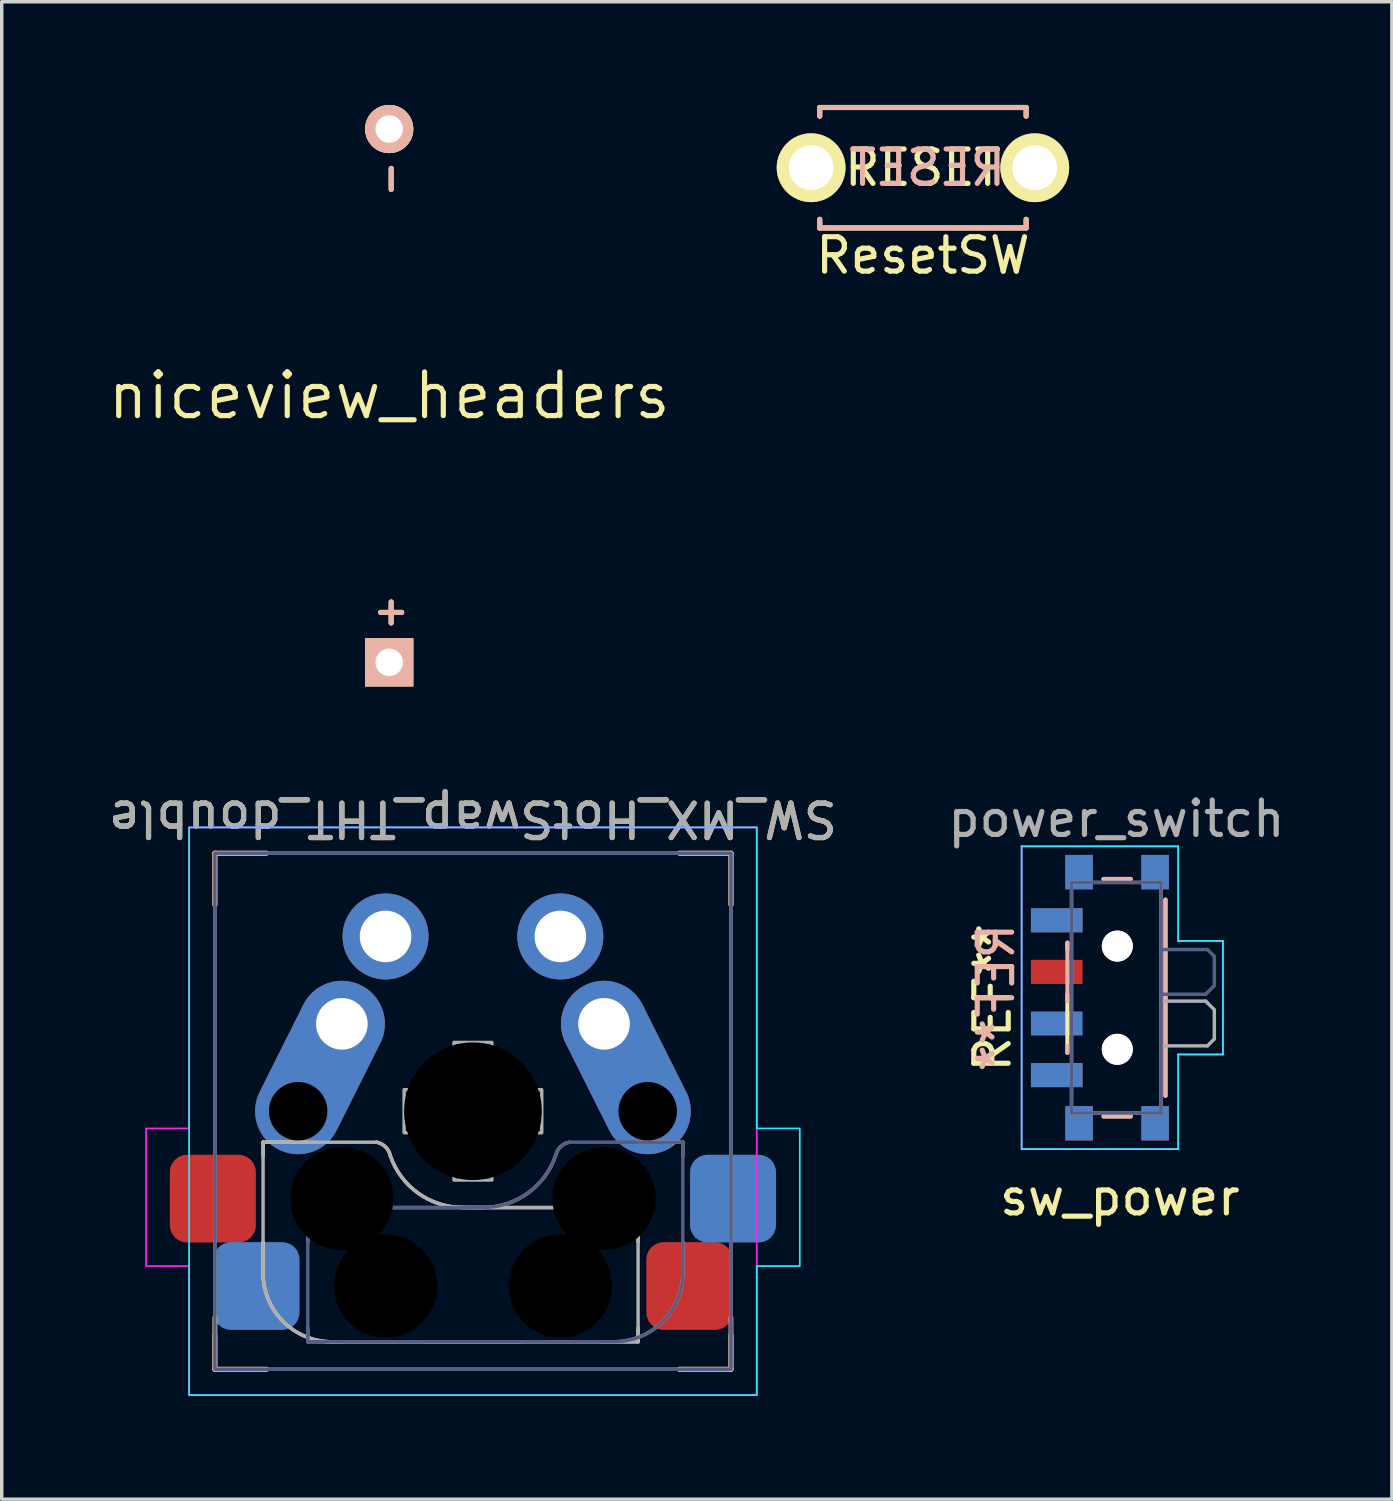
<source format=kicad_pcb>
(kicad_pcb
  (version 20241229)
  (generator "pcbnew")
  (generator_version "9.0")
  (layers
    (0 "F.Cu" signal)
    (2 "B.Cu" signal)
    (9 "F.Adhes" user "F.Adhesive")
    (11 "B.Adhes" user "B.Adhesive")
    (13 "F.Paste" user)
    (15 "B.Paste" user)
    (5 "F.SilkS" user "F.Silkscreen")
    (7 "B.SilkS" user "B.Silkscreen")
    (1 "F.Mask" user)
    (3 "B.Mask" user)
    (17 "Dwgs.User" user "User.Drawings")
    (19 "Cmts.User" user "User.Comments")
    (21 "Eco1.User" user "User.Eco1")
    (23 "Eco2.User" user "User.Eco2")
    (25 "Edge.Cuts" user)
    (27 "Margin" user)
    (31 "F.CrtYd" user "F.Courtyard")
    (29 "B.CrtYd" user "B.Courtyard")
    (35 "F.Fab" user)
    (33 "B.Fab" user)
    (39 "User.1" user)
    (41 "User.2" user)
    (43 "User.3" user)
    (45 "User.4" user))
  (footprint "niceview_headers"
    (layer "F.Cu")
    (at 8.262 8.45)
    (property "Reference" "niceview_headers" (at 0 0 0) (layer "F.SilkS") (effects (font (size 1.27 1.27) (thickness 0.15))))
    (attr through_hole)
    (fp_text user "-" (at 0 -6.3 90) (layer "F.SilkS") (effects (font (size 0.8 0.8) (thickness 0.15))))
    (fp_text user "+" (at 0 6.3 90) (layer "F.SilkS") (effects (font (size 0.8 0.8) (thickness 0.15))))
    (fp_text user "+" (at 0 6.3 90) (layer "B.SilkS") (effects (font (size 0.8 0.8) (thickness 0.15))))
    (fp_text user "-" (at 0 -6.3 90) (layer "B.SilkS") (effects (font (size 0.8 0.8) (thickness 0.15))))
    (pad "1" thru_hole rect (at 0 7.75 180) (size 1.4 1.4) (drill 0.8) (layers "*.Cu" "*.SilkS" "*.Mask"))
    (pad "2" thru_hole circle (at 0 -7.75 180) (size 1.4 1.4) (drill 0.8) (layers "*.Cu" "*.SilkS" "*.Mask")))
  (footprint "SW_MX_HotSwap_THT_double"
    (layer "F.Cu")
    (at 10.696 29.248)
    (property "Reference" "SW_MX_HotSwap_THT_double" (at 0 -8.5 180) (unlocked yes) (layer "F.SilkS") (effects (font (size 1 1) (thickness 0.15))))
    (fp_line (start -7.5 -7.5) (end -7.5 -6) (stroke (width 0.14) (type solid)) (layer "F.SilkS"))
    (fp_line (start -7.5 -7.5) (end -6 -7.5) (stroke (width 0.14) (type solid)) (layer "F.SilkS"))
    (fp_line (start -7.5 7.5) (end -7.5 6) (stroke (width 0.14) (type solid)) (layer "F.SilkS"))
    (fp_line (start -7.5 7.5) (end -6 7.5) (stroke (width 0.14) (type solid)) (layer "F.SilkS"))
    (fp_line (start -6.1 0.9) (end -6.1 1.3) (stroke (width 0.1) (type default)) (layer "F.SilkS"))
    (fp_line (start -6.1 0.9) (end -4.8 0.9) (stroke (width 0.1) (type default)) (layer "F.SilkS"))
    (fp_line (start -6.1 3.8) (end -6.1 4.7) (stroke (width 0.1) (type default)) (layer "F.SilkS"))
    (fp_line (start -4.1 6.7) (end 1.4 6.7) (stroke (width 0.1) (type default)) (layer "F.SilkS"))
    (fp_line (start 3.7 6.7) (end 4.8 6.7) (stroke (width 0.1) (type default)) (layer "F.SilkS"))
    (fp_line (start 4.3 2.8) (end 0.2 2.8) (stroke (width 0.1) (type default)) (layer "F.SilkS"))
    (fp_line (start 4.8 3.8) (end 4.8 3.3) (stroke (width 0.1) (type default)) (layer "F.SilkS"))
    (fp_line (start 4.8 6.7) (end 4.8 6.3) (stroke (width 0.1) (type default)) (layer "F.SilkS"))
    (fp_line (start 7.5 -7.5) (end 6 -7.5) (stroke (width 0.14) (type solid)) (layer "F.SilkS"))
    (fp_line (start 7.5 -7.5) (end 7.5 -6) (stroke (width 0.14) (type solid)) (layer "F.SilkS"))
    (fp_line (start 7.5 7.5) (end 6 7.5) (stroke (width 0.14) (type solid)) (layer "F.SilkS"))
    (fp_line (start 7.5 7.5) (end 7.5 6.5) (stroke (width 0.14) (type solid)) (layer "F.SilkS"))
    (fp_arc (start -4.1 6.7) (mid -5.514214 6.114214) (end -6.1 4.7) (stroke (width 0.1) (type default)) (layer "F.SilkS"))
    (fp_arc (start -2.8 0.900001) (mid -2.541271 1.037629) (end -2.401036 1.294955) (stroke (width 0.1) (type default)) (layer "F.SilkS"))
    (fp_arc (start -0.300049 2.796514) (mid -1.589672 2.383609) (end -2.399704 1.298499) (stroke (width 0.1) (type default)) (layer "F.SilkS"))
    (fp_arc (start 0.2 2.8) (mid -0.050035 2.79971) (end -0.300049 2.796514) (stroke (width 0.1) (type default)) (layer "F.SilkS"))
    (fp_arc (start 4.3 2.8) (mid 4.653553 2.946447) (end 4.8 3.3) (stroke (width 0.1) (type default)) (layer "F.SilkS"))
    (fp_line (start -7.5 -7.5) (end -7.5 -6) (stroke (width 0.14) (type solid)) (layer "B.SilkS"))
    (fp_line (start -7.5 -7.5) (end -6 -7.5) (stroke (width 0.14) (type solid)) (layer "B.SilkS"))
    (fp_line (start -7.5 7.5) (end -7.5 6.5) (stroke (width 0.14) (type solid)) (layer "B.SilkS"))
    (fp_line (start -7.5 7.5) (end -6 7.5) (stroke (width 0.14) (type solid)) (layer "B.SilkS"))
    (fp_line (start -4.8 3.8) (end -4.8 3.3) (stroke (width 0.1) (type default)) (layer "B.SilkS"))
    (fp_line (start -4.8 6.7) (end -4.8 6.3) (stroke (width 0.1) (type default)) (layer "B.SilkS"))
    (fp_line (start -4.3 2.8) (end -0.2 2.8) (stroke (width 0.1) (type default)) (layer "B.SilkS"))
    (fp_line (start -3.7 6.7) (end -4.8 6.7) (stroke (width 0.1) (type default)) (layer "B.SilkS"))
    (fp_line (start 4.1 6.7) (end -1.4 6.7) (stroke (width 0.1) (type default)) (layer "B.SilkS"))
    (fp_line (start 6.1 0.9) (end 4.8 0.9) (stroke (width 0.1) (type default)) (layer "B.SilkS"))
    (fp_line (start 6.1 0.9) (end 6.1 1.3) (stroke (width 0.1) (type default)) (layer "B.SilkS"))
    (fp_line (start 6.1 3.8) (end 6.1 4.7) (stroke (width 0.1) (type default)) (layer "B.SilkS"))
    (fp_line (start 7.5 -7.5) (end 6 -7.5) (stroke (width 0.14) (type solid)) (layer "B.SilkS"))
    (fp_line (start 7.5 -7.5) (end 7.5 -6) (stroke (width 0.14) (type solid)) (layer "B.SilkS"))
    (fp_line (start 7.5 7.5) (end 6 7.5) (stroke (width 0.14) (type solid)) (layer "B.SilkS"))
    (fp_line (start 7.5 7.5) (end 7.5 6) (stroke (width 0.14) (type solid)) (layer "B.SilkS"))
    (fp_arc (start -4.8 3.3) (mid -4.653553 2.946447) (end -4.3 2.8) (stroke (width 0.1) (type default)) (layer "B.SilkS"))
    (fp_arc (start 0.300049 2.796514) (mid 0.050035 2.79971) (end -0.2 2.8) (stroke (width 0.1) (type default)) (layer "B.SilkS"))
    (fp_arc (start 2.399704 1.298499) (mid 1.589672 2.38361) (end 0.300049 2.796514) (stroke (width 0.1) (type default)) (layer "B.SilkS"))
    (fp_arc (start 2.401036 1.294955) (mid 2.541271 1.037629) (end 2.8 0.900001) (stroke (width 0.1) (type default)) (layer "B.SilkS"))
    (fp_arc (start 6.1 4.7) (mid 5.514214 6.114214) (end 4.1 6.7) (stroke (width 0.1) (type default)) (layer "B.SilkS"))
    (fp_poly (pts (xy 8.25 0.5) (xy 9.5 0.5) (xy 9.5 4.5) (xy 8.25 4.5) (xy 8.25 8.25) (xy -8.25 8.25) (xy -8.25 -8.25) (xy 8.25 -8.25)) (stroke (width 0.05) (type solid)) (fill no) (layer "B.CrtYd"))
    (fp_poly (pts (xy -8.25 0.5) (xy -9.5 0.5) (xy -9.5 4.5) (xy -8.25 4.5) (xy -8.25 8.25) (xy 8.25 8.25) (xy 8.25 -8.25) (xy -8.25 -8.25)) (stroke (width 0.05) (type solid)) (fill no) (layer "F.CrtYd"))
    (fp_line (start -4.8 6.7) (end -4.8 3.3) (stroke (width 0.1) (type default)) (layer "B.Fab"))
    (fp_line (start -4.3 2.8) (end -0.2 2.8) (stroke (width 0.1) (type default)) (layer "B.Fab"))
    (fp_line (start 4.1 6.7) (end -4.8 6.7) (stroke (width 0.1) (type default)) (layer "B.Fab"))
    (fp_line (start 6.1 0.9) (end 2.8 0.9) (stroke (width 0.1) (type default)) (layer "B.Fab"))
    (fp_line (start 6.1 0.9) (end 6.1 4.7) (stroke (width 0.1) (type default)) (layer "B.Fab"))
    (fp_rect (start 7.5 -7.5) (end -7.5 7.5) (stroke (width 0.1) (type solid)) (fill no) (layer "B.Fab"))
    (fp_arc (start -4.8 3.3) (mid -4.653553 2.946447) (end -4.3 2.8) (stroke (width 0.1) (type default)) (layer "B.Fab"))
    (fp_arc (start 0.300049 2.796514) (mid 0.050035 2.79971) (end -0.2 2.8) (stroke (width 0.1) (type default)) (layer "B.Fab"))
    (fp_arc (start 2.399704 1.298499) (mid 1.589672 2.38361) (end 0.300049 2.796514) (stroke (width 0.1) (type default)) (layer "B.Fab"))
    (fp_arc (start 2.401036 1.294955) (mid 2.541271 1.037629) (end 2.8 0.900001) (stroke (width 0.1) (type default)) (layer "B.Fab"))
    (fp_arc (start 6.1 4.7) (mid 5.514214 6.114214) (end 4.1 6.7) (stroke (width 0.1) (type default)) (layer "B.Fab"))
    (fp_line (start -6.1 0.9) (end -6.1 4.7) (stroke (width 0.1) (type default)) (layer "F.Fab"))
    (fp_line (start -6.1 0.9) (end -2.8 0.9) (stroke (width 0.1) (type default)) (layer "F.Fab"))
    (fp_line (start -4.1 6.7) (end 4.8 6.7) (stroke (width 0.1) (type default)) (layer "F.Fab"))
    (fp_line (start 4.3 2.8) (end 0.2 2.8) (stroke (width 0.1) (type default)) (layer "F.Fab"))
    (fp_line (start 4.8 6.7) (end 4.8 3.3) (stroke (width 0.1) (type default)) (layer "F.Fab"))
    (fp_rect (start -7.5 -7.5) (end 7.5 7.5) (stroke (width 0.1) (type solid)) (fill no) (layer "F.Fab"))
    (fp_arc (start -4.1 6.7) (mid -5.514214 6.114214) (end -6.1 4.7) (stroke (width 0.1) (type default)) (layer "F.Fab"))
    (fp_arc (start -2.8 0.900001) (mid -2.541271 1.037629) (end -2.401036 1.294955) (stroke (width 0.1) (type default)) (layer "F.Fab"))
    (fp_arc (start -0.300049 2.796514) (mid -1.589672 2.38361) (end -2.399704 1.298499) (stroke (width 0.1) (type default)) (layer "F.Fab"))
    (fp_arc (start 0.2 2.8) (mid -0.050035 2.79971) (end -0.300049 2.796514) (stroke (width 0.1) (type default)) (layer "F.Fab"))
    (fp_arc (start 4.3 2.8) (mid 4.653553 2.946447) (end 4.8 3.3) (stroke (width 0.1) (type default)) (layer "F.Fab"))
    (fp_poly (pts (xy -2 -0.625) (xy -0.55 -0.625) (xy -0.55 -2) (xy 0.55 -2) (xy 0.55 -0.625) (xy 2 -0.625) (xy 2 0.625) (xy 0.55 0.625) (xy 0.55 2) (xy -0.55 2) (xy -0.55 0.625) (xy -2 0.625)) (stroke (width 0.1) (type solid)) (fill no) (layer "F.Fab"))
    (fp_text user "${REFERENCE}" (at 0 -8.5 180) (unlocked yes) (layer "F.Fab") (effects (font (size 1 1) (thickness 0.15))))
    (pad "" np_thru_hole circle (at -5.08 0 180) (size 1.7 1.7) (drill 1.7) (layers "*.Mask"))
    (pad "" np_thru_hole circle (at -3.81 2.54 180) (size 3 3) (drill 3) (layers "*.Mask"))
    (pad "" np_thru_hole circle (at -2.54 5.08 180) (size 3 3) (drill 3) (layers "*.Mask"))
    (pad "" np_thru_hole circle (at 0 0 180) (size 4 4) (drill 4) (layers "*.Mask"))
    (pad "" np_thru_hole circle (at 2.54 5.08 180) (size 3 3) (drill 3) (layers "*.Mask"))
    (pad "" np_thru_hole circle (at 3.81 2.54 180) (size 3 3) (drill 3) (layers "*.Mask"))
    (pad "" np_thru_hole circle (at 5.08 0 180) (size 1.7 1.7) (drill 1.7) (layers "*.Mask"))
    (pad "1" smd roundrect (at -7.56 2.54 180) (size 2.5 2.55) (layers "F.Cu" "F.Mask" "F.Paste") (roundrect_rratio 0.2))
    (pad "1" smd roundrect (at -6.29 5.08 180) (size 2.5 2.55) (layers "B.Cu" "B.Mask" "B.Paste") (roundrect_rratio 0.2))
    (pad "1" thru_hole oval (at -3.81 -2.54 243.4) (size 5.34 2.5) (drill 1.5 (offset 1.419 0)) (layers "*.Cu" "*.Mask"))
    (pad "1" thru_hole circle (at -2.54 -5.08 180) (size 2.5 2.5) (drill 1.5) (layers "*.Cu" "*.Mask"))
    (pad "2" thru_hole circle (at 2.54 -5.08 180) (size 2.5 2.5) (drill 1.5) (layers "*.Cu" "*.Mask"))
    (pad "2" thru_hole oval (at 3.81 -2.54 116.6) (size 5.34 2.5) (drill 1.5 (offset -1.419 0)) (layers "*.Cu" "*.Mask"))
    (pad "2" smd roundrect (at 6.29 5.08 180) (size 2.5 2.55) (layers "F.Cu" "F.Mask" "F.Paste") (roundrect_rratio 0.2))
    (pad "2" smd roundrect (at 7.56 2.54 180) (size 2.5 2.55) (layers "B.Cu" "B.Mask" "B.Paste") (roundrect_rratio 0.2)))
  (footprint "ResetSW"
    (layer "F.Cu")
    (at 23.775 1.825)
    (property "Reference" "ResetSW" (at 0 2.55 0) (layer "F.SilkS") (effects (font (size 1 1) (thickness 0.15))))
    (attr through_hole)
    (fp_line (start -3 -1.75) (end -3 -1.5) (stroke (width 0.15) (type solid)) (layer "F.SilkS"))
    (fp_line (start -3 -1.75) (end 3 -1.75) (stroke (width 0.15) (type solid)) (layer "F.SilkS"))
    (fp_line (start -3 1.75) (end -3 1.5) (stroke (width 0.15) (type solid)) (layer "F.SilkS"))
    (fp_line (start -3 1.75) (end 3 1.75) (stroke (width 0.15) (type solid)) (layer "F.SilkS"))
    (fp_line (start 3 -1.75) (end 3 -1.5) (stroke (width 0.15) (type solid)) (layer "F.SilkS"))
    (fp_line (start 3 1.75) (end 3 1.5) (stroke (width 0.15) (type solid)) (layer "F.SilkS"))
    (fp_line (start -3 -1.75) (end 3 -1.75) (stroke (width 0.15) (type solid)) (layer "B.SilkS"))
    (fp_line (start -3 -1.5) (end -3 -1.75) (stroke (width 0.15) (type solid)) (layer "B.SilkS"))
    (fp_line (start -3 1.75) (end -3 1.5) (stroke (width 0.15) (type solid)) (layer "B.SilkS"))
    (fp_line (start 3 -1.75) (end 3 -1.5) (stroke (width 0.15) (type solid)) (layer "B.SilkS"))
    (fp_line (start 3 1.5) (end 3 1.75) (stroke (width 0.15) (type solid)) (layer "B.SilkS"))
    (fp_line (start 3 1.75) (end -3 1.75) (stroke (width 0.15) (type solid)) (layer "B.SilkS"))
    (fp_text user "RESET" (at 0 0 0) (layer "F.SilkS") (effects (font (size 1 1) (thickness 0.15))))
    (fp_text user "RESET" (at 0.127 0 0) (layer "B.SilkS") (effects (font (size 1 1) (thickness 0.15)) (justify mirror)))
    (pad "1" thru_hole circle (at 3.25 0 180) (size 2 2) (drill 1.3) (layers "*.Cu" "*.Mask" "F.SilkS"))
    (pad "2" thru_hole circle (at -3.25 0 180) (size 2 2) (drill 1.3) (layers "*.Cu" "*.Mask" "F.SilkS")))
  (footprint "sw_power"
    (layer "F.Cu")
    (at 29.399 25.948)
    (property "Reference" "sw_power" (at 0.1 5.8 0) (layer "F.SilkS") (effects (font (size 1 1) (thickness 0.15))))
    (attr through_hole)
    (fp_line (start -1.425 -1.4) (end -1.425 -1.6) (stroke (width 0.12) (type solid)) (layer "F.SilkS"))
    (fp_line (start -1.425 1.6) (end -1.425 -0.1) (stroke (width 0.12) (type solid)) (layer "F.SilkS"))
    (fp_line (start -0.375 3.45) (end 0.415 3.45) (stroke (width 0.12) (type solid)) (layer "F.SilkS"))
    (fp_line (start 0.415 -3.45) (end -0.375 -3.45) (stroke (width 0.12) (type solid)) (layer "F.SilkS"))
    (fp_line (start 1.425 2.85) (end 1.425 -2.85) (stroke (width 0.12) (type solid)) (layer "F.SilkS"))
    (fp_line (start -1.425 -1.6) (end -1.425 0.1) (stroke (width 0.12) (type solid)) (layer "B.SilkS"))
    (fp_line (start -1.425 1.4) (end -1.425 1.6) (stroke (width 0.12) (type solid)) (layer "B.SilkS"))
    (fp_line (start -0.375 -3.45) (end 0.415 -3.45) (stroke (width 0.12) (type solid)) (layer "B.SilkS"))
    (fp_line (start 0.415 3.45) (end -0.375 3.45) (stroke (width 0.12) (type solid)) (layer "B.SilkS"))
    (fp_line (start 1.425 -2.85) (end 1.425 2.85) (stroke (width 0.12) (type solid)) (layer "B.SilkS"))
    (fp_line (start -2.755 -4.4) (end -2.755 4.4) (stroke (width 0.05) (type solid)) (layer "B.CrtYd"))
    (fp_line (start -2.755 4.4) (end 1.795 4.4) (stroke (width 0.05) (type solid)) (layer "B.CrtYd"))
    (fp_line (start 1.795 -4.4) (end -2.755 -4.4) (stroke (width 0.05) (type solid)) (layer "B.CrtYd"))
    (fp_line (start 1.795 -1.65) (end 1.795 -4.4) (stroke (width 0.05) (type solid)) (layer "B.CrtYd"))
    (fp_line (start 1.795 1.65) (end 3.095 1.65) (stroke (width 0.05) (type solid)) (layer "B.CrtYd"))
    (fp_line (start 1.795 4.4) (end 1.795 1.65) (stroke (width 0.05) (type solid)) (layer "B.CrtYd"))
    (fp_line (start 3.095 -1.65) (end 1.795 -1.65) (stroke (width 0.05) (type solid)) (layer "B.CrtYd"))
    (fp_line (start 3.095 1.65) (end 3.095 -1.65) (stroke (width 0.05) (type solid)) (layer "B.CrtYd"))
    (fp_line (start -2.755 -4.4) (end 1.795 -4.4) (stroke (width 0.05) (type solid)) (layer "F.CrtYd"))
    (fp_line (start -2.755 4.4) (end -2.755 -4.4) (stroke (width 0.05) (type solid)) (layer "F.CrtYd"))
    (fp_line (start 1.795 -4.4) (end 1.795 -1.65) (stroke (width 0.05) (type solid)) (layer "F.CrtYd"))
    (fp_line (start 1.795 -1.65) (end 3.095 -1.65) (stroke (width 0.05) (type solid)) (layer "F.CrtYd"))
    (fp_line (start 1.795 1.65) (end 1.795 4.4) (stroke (width 0.05) (type solid)) (layer "F.CrtYd"))
    (fp_line (start 1.795 4.4) (end -2.755 4.4) (stroke (width 0.05) (type solid)) (layer "F.CrtYd"))
    (fp_line (start 3.095 -1.65) (end 3.095 1.65) (stroke (width 0.05) (type solid)) (layer "F.CrtYd"))
    (fp_line (start 3.095 1.65) (end 1.795 1.65) (stroke (width 0.05) (type solid)) (layer "F.CrtYd"))
    (fp_line (start -1.305 -3.35) (end 1.295 -3.35) (stroke (width 0.1) (type solid)) (layer "B.Fab"))
    (fp_line (start -1.305 3.35) (end -1.305 -3.35) (stroke (width 0.1) (type solid)) (layer "B.Fab"))
    (fp_line (start 1.295 -3.35) (end 1.295 3.35) (stroke (width 0.1) (type solid)) (layer "B.Fab"))
    (fp_line (start 1.295 3.35) (end -1.305 3.35) (stroke (width 0.1) (type solid)) (layer "B.Fab"))
    (fp_line (start 1.345 -1.4) (end 2.645 -1.4) (stroke (width 0.1) (type solid)) (layer "B.Fab"))
    (fp_line (start 2.595 -0.1) (end 1.295 -0.1) (stroke (width 0.1) (type solid)) (layer "B.Fab"))
    (fp_line (start 2.645 -1.4) (end 2.845 -1.2) (stroke (width 0.1) (type solid)) (layer "B.Fab"))
    (fp_line (start 2.645 -0.15) (end 2.595 -0.1) (stroke (width 0.1) (type solid)) (layer "B.Fab"))
    (fp_line (start 2.845 -1.2) (end 2.845 -0.35) (stroke (width 0.1) (type solid)) (layer "B.Fab"))
    (fp_line (start 2.845 -0.35) (end 2.645 -0.15) (stroke (width 0.1) (type solid)) (layer "B.Fab"))
    (fp_line (start -1.305 -3.35) (end -1.305 3.35) (stroke (width 0.1) (type solid)) (layer "F.Fab"))
    (fp_line (start -1.305 3.35) (end 1.295 3.35) (stroke (width 0.1) (type solid)) (layer "F.Fab"))
    (fp_line (start 1.295 -3.35) (end -1.305 -3.35) (stroke (width 0.1) (type solid)) (layer "F.Fab"))
    (fp_line (start 1.295 3.35) (end 1.295 -3.35) (stroke (width 0.1) (type solid)) (layer "F.Fab"))
    (fp_line (start 1.345 1.4) (end 2.645 1.4) (stroke (width 0.1) (type solid)) (layer "F.Fab"))
    (fp_line (start 2.595 0.1) (end 1.295 0.1) (stroke (width 0.1) (type solid)) (layer "F.Fab"))
    (fp_line (start 2.645 0.15) (end 2.595 0.1) (stroke (width 0.1) (type solid)) (layer "F.Fab"))
    (fp_line (start 2.645 1.4) (end 2.845 1.2) (stroke (width 0.1) (type solid)) (layer "F.Fab"))
    (fp_line (start 2.845 0.35) (end 2.645 0.15) (stroke (width 0.1) (type solid)) (layer "F.Fab"))
    (fp_line (start 2.845 1.2) (end 2.845 0.35) (stroke (width 0.1) (type solid)) (layer "F.Fab"))
    (fp_text user "REF**" (at -3.6 0 270) (layer "F.SilkS") (effects (font (size 1 1) (thickness 0.15))))
    (fp_text user "REF**" (at -3.5 0 270) (layer "B.SilkS") (effects (font (size 1 1) (thickness 0.15)) (justify mirror)))
    (fp_text user "power_switch" (at 0 -5.2 0) (layer "F.Fab") (effects (font (size 1 1) (thickness 0.15))))
    (pad "" smd rect (at -1.085 -3.65 90) (size 1 0.8) (layers "F.Cu" "F.Mask" "F.Paste"))
    (pad "" smd rect (at -1.085 -3.65 270) (size 1 0.8) (layers "B.Cu" "B.Mask" "B.Paste"))
    (pad "" smd rect (at -1.085 3.65 90) (size 1 0.8) (layers "F.Cu" "F.Mask" "F.Paste"))
    (pad "" smd rect (at -1.085 3.65 270) (size 1 0.8) (layers "B.Cu" "B.Mask" "B.Paste"))
    (pad "" np_thru_hole circle (at 0.025 -1.5 270) (size 0.9 0.9) (drill 0.9) (layers "*.Cu" "*.Mask"))
    (pad "" np_thru_hole circle (at 0.025 -1.5 90) (size 0.9 0.9) (drill 0.9) (layers "*.Cu" "*.Mask"))
    (pad "" np_thru_hole circle (at 0.025 1.5 90) (size 0.9 0.9) (drill 0.9) (layers "*.Cu" "*.Mask"))
    (pad "" np_thru_hole circle (at 0.025 1.5 270) (size 0.9 0.9) (drill 0.9) (layers "*.Cu" "*.Mask"))
    (pad "" smd rect (at 1.125 -3.65 90) (size 1 0.8) (layers "F.Cu" "F.Mask" "F.Paste"))
    (pad "" smd rect (at 1.125 -3.65 270) (size 1 0.8) (layers "B.Cu" "B.Mask" "B.Paste"))
    (pad "" smd rect (at 1.125 3.65 90) (size 1 0.8) (layers "F.Cu" "F.Mask" "F.Paste"))
    (pad "" smd rect (at 1.125 3.65 270) (size 1 0.8) (layers "B.Cu" "B.Mask" "B.Paste"))
    (pad "1" smd rect (at -1.735 -2.25 90) (size 0.7 1.5) (layers "B.Cu" "B.Mask" "B.Paste"))
    (pad "1" smd rect (at -1.735 2.25 90) (size 0.7 1.5) (layers "F.Cu" "F.Mask" "F.Paste"))
    (pad "2" smd rect (at -1.735 -0.75 270) (size 0.7 1.5) (layers "F.Cu" "F.Mask" "F.Paste"))
    (pad "2" smd rect (at -1.735 0.75 270) (size 0.7 1.5) (layers "B.Cu" "B.Mask" "B.Paste"))
    (pad "3" smd rect (at -1.735 -2.25 270) (size 0.7 1.5) (layers "F.Cu" "F.Mask" "F.Paste"))
    (pad "3" smd rect (at -1.735 2.25 270) (size 0.7 1.5) (layers "B.Cu" "B.Mask" "B.Paste")))
  (gr_rect
    (start -3 -3)
    (end 37.405 40.523)
    (stroke (width 0.1) (type default))
    (fill no)
    (layer "Edge.Cuts")))
</source>
